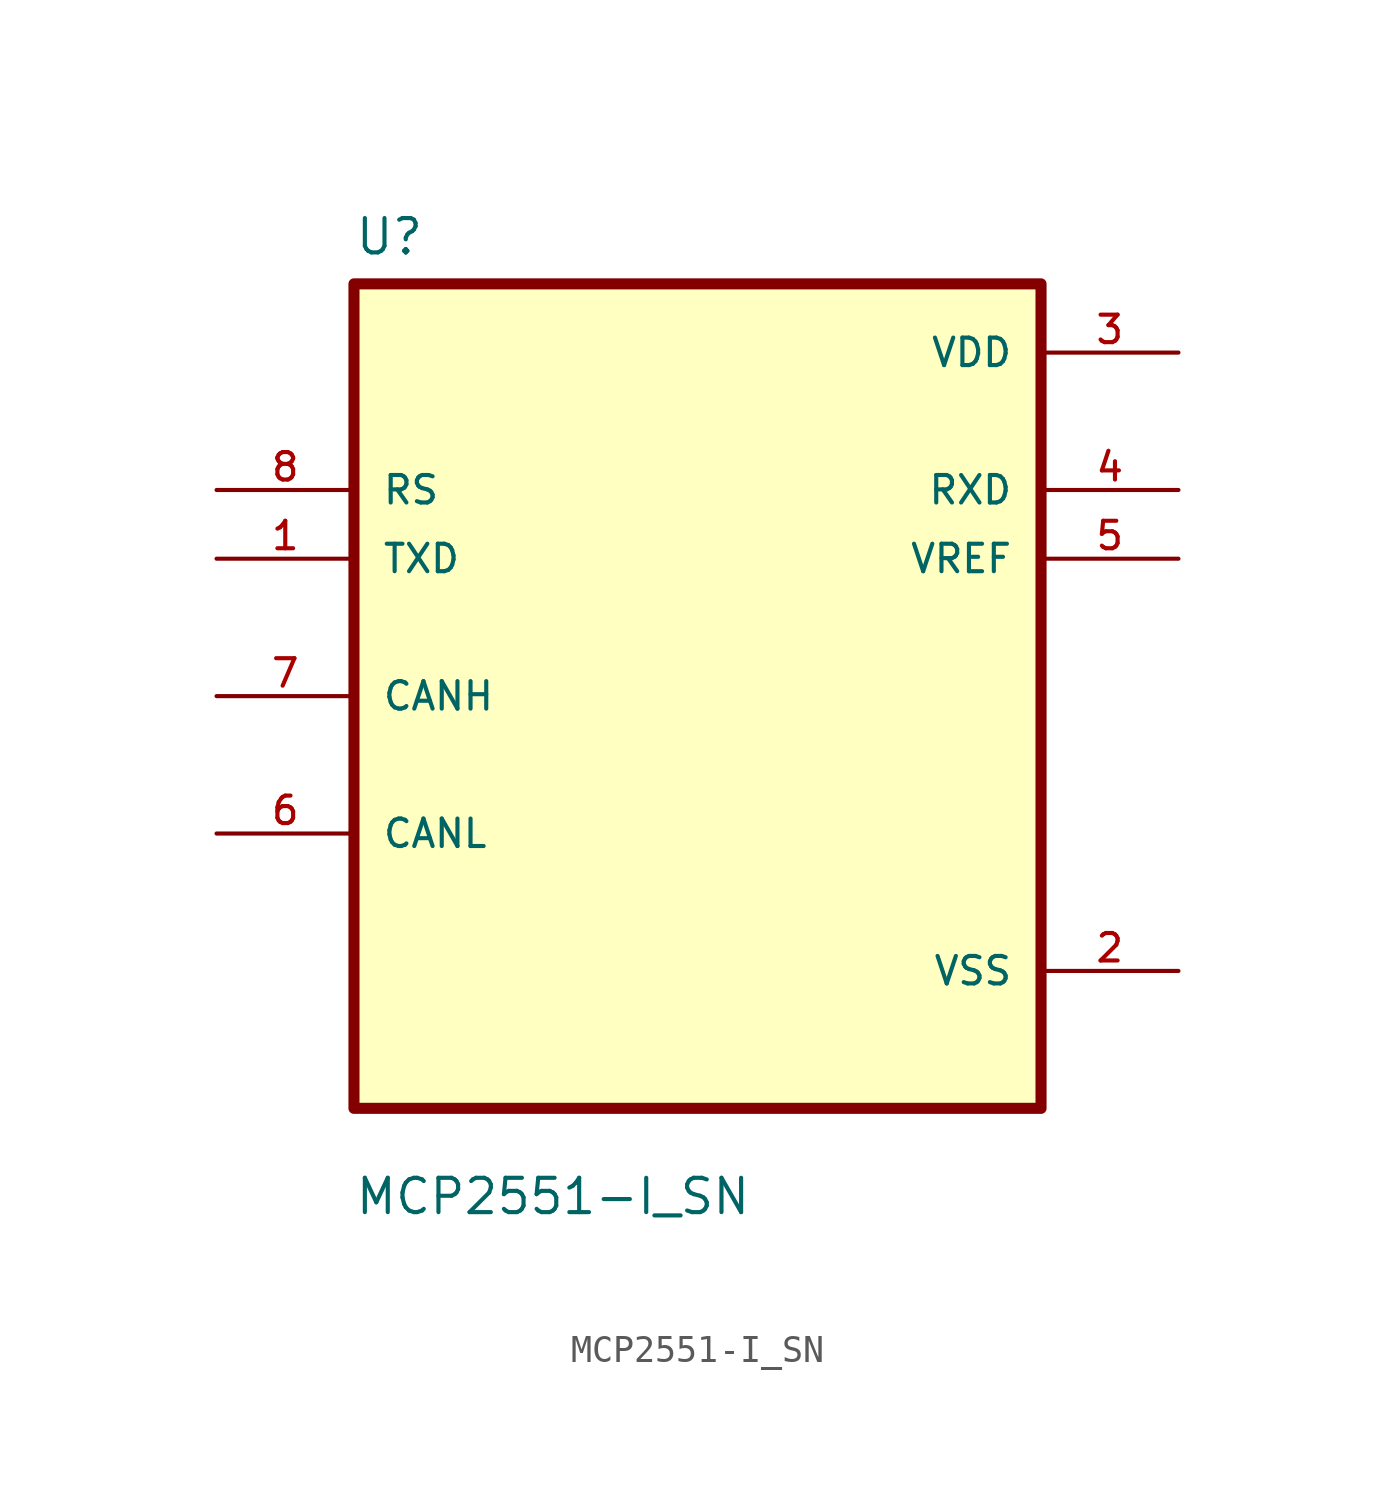
<source format=kicad_sym>
(kicad_symbol_lib
  (version 20211014)
  (generator kicad_symbol_editor)
  (symbol "MCP2551-I_SN"
    (pin_names
      (offset 1.016))
    (property "Reference" "U"
      (at -12.7 16.24 0.0)
      (effects (font (size 1.27 1.27)) (justify bottom left)))
    (property "Value" "MCP2551-I_SN"
      (at -12.7 -19.24 0.0)
      (effects (font (size 1.27 1.27)) (justify bottom left)))
    (symbol "MCP2551-I_SN_0_0"
      (rectangle (start -12.7 -15.24) (end 12.7 15.24) (stroke (width 0.41)) (fill (type background)))
      (pin input line (at -17.78 7.62 0) (length 5.08) (name "RS" (effects (font (size 1.016 1.016)))) (number "8" (effects (font (size 1.016 1.016)))))
      (pin input line (at -17.78 5.08 0) (length 5.08) (name "TXD" (effects (font (size 1.016 1.016)))) (number "1" (effects (font (size 1.016 1.016)))))
      (pin bidirectional line (at -17.78 0.0 0) (length 5.08) (name "CANH" (effects (font (size 1.016 1.016)))) (number "7" (effects (font (size 1.016 1.016)))))
      (pin bidirectional line (at -17.78 -5.08 0) (length 5.08) (name "CANL" (effects (font (size 1.016 1.016)))) (number "6" (effects (font (size 1.016 1.016)))))
      (pin power_in line (at 17.78 12.7 180.0) (length 5.08) (name "VDD" (effects (font (size 1.016 1.016)))) (number "3" (effects (font (size 1.016 1.016)))))
      (pin output line (at 17.78 7.62 180.0) (length 5.08) (name "RXD" (effects (font (size 1.016 1.016)))) (number "4" (effects (font (size 1.016 1.016)))))
      (pin output line (at 17.78 5.08 180.0) (length 5.08) (name "VREF" (effects (font (size 1.016 1.016)))) (number "5" (effects (font (size 1.016 1.016)))))
      (pin power_in line (at 17.78 -10.16 180.0) (length 5.08) (name "VSS" (effects (font (size 1.016 1.016)))) (number "2" (effects (font (size 1.016 1.016))))))))
</source>
